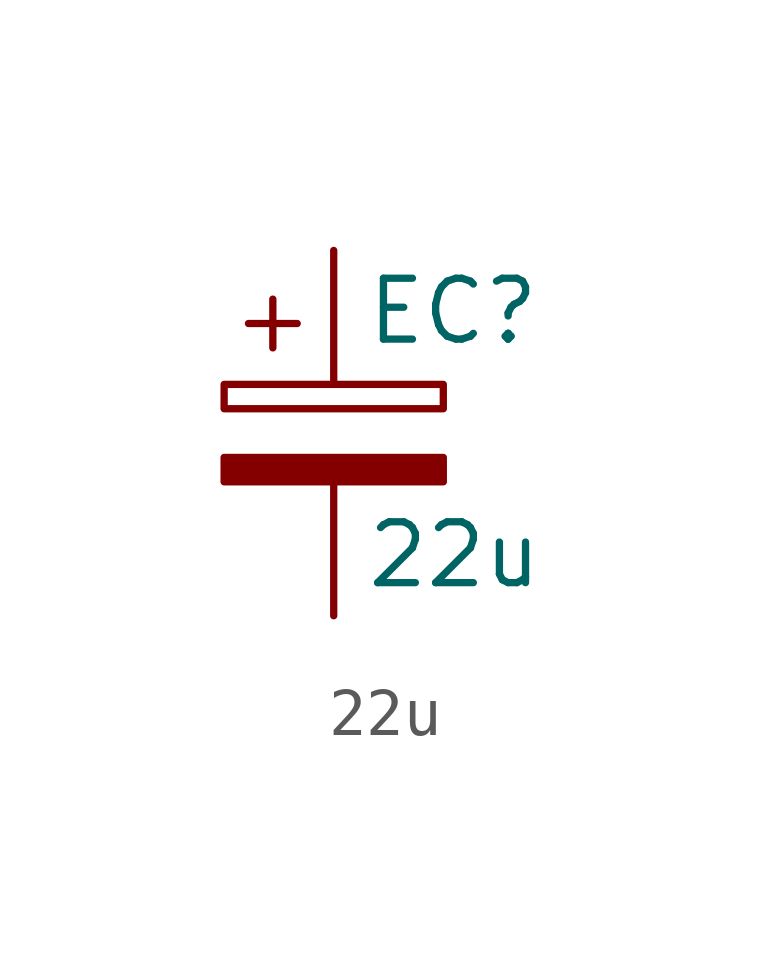
<source format=kicad_sym>
(kicad_symbol_lib
  (version 20211014)
  (generator kicad_symbol_editor)
  (symbol "22u"
    (pin_numbers hide)
    (pin_names
      (offset 0.254))
    (property "Reference" "EC"
      (at 0.635 2.54 0)
      (effects (font (size 1.27 1.27)) (justify left)))
    (property "Value" "22u"
      (at 0.635 -2.54 0)
      (effects (font (size 1.27 1.27)) (justify left)))
    (symbol "22u_0_1"
      (rectangle (start -2.286 0.508) (end 2.286 1.016) (stroke (width 0) (type default) (color 0 0 0 0)) (fill (type none)))
      (polyline (pts (xy -1.778 2.286) (xy -0.762 2.286)) (stroke (width 0) (type default) (color 0 0 0 0)) (fill (type none)))
      (polyline (pts (xy -1.27 2.794) (xy -1.27 1.778)) (stroke (width 0) (type default) (color 0 0 0 0)) (fill (type none)))
      (rectangle (start 2.286 -0.508) (end -2.286 -1.016) (stroke (width 0) (type default) (color 0 0 0 0)) (fill (type outline))))
    (symbol "22u_1_1"
      (pin passive line (at 0 3.81 270) (length 2.794) (name "~" (effects (font (size 1.27 1.27)))) (number "1" (effects (font (size 1.27 1.27)))))
      (pin passive line (at 0 -3.81 90) (length 2.794) (name "~" (effects (font (size 1.27 1.27)))) (number "2" (effects (font (size 1.27 1.27))))))))
</source>
